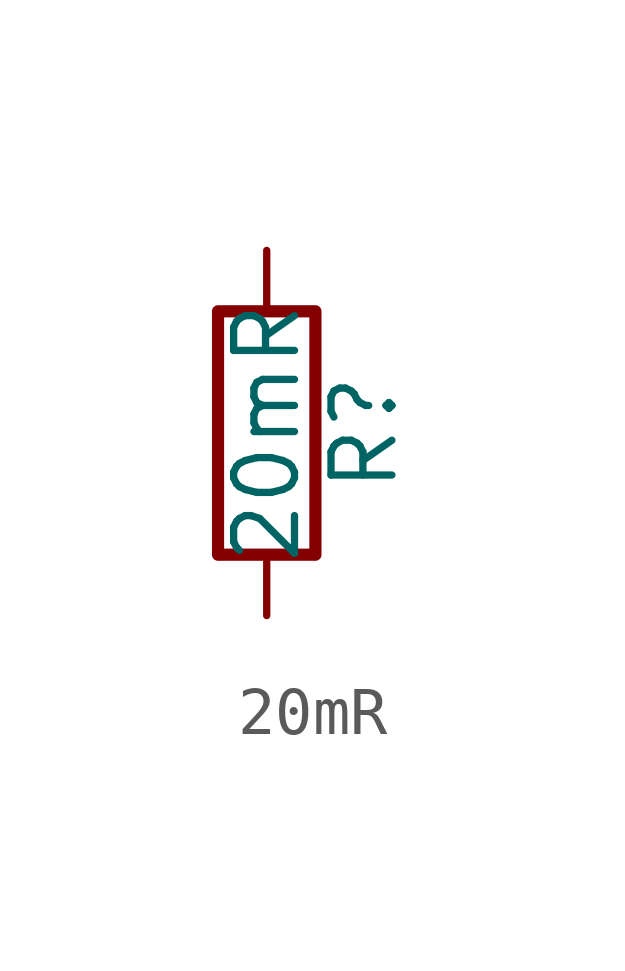
<source format=kicad_sym>
(kicad_symbol_lib
  (version 20220914)
  (generator kicad_db_lib)
  (symbol "20mR"
    (pin_numbers hide)
    (pin_names
      (offset 0))
    (property "Reference" "R"
      (at 2.032 0 90)
      (effects (font (size 1.27 1.27))))
    (property "Value" "20mR"
      (at 0 0 90)
      (effects (font (size 1.27 1.27))))
    (symbol "20mR_0_1"
      (rectangle (start -1.016 -2.54) (end 1.016 2.54) (stroke (width 0.254) (type default)) (fill (type none))))
    (symbol "20mR_1_1"
      (pin passive line (at 0 3.81 270) (length 1.27) (name "~" (effects (font (size 1.27 1.27)))) (number "1" (effects (font (size 1.27 1.27)))))
      (pin passive line (at 0 -3.81 90) (length 1.27) (name "~" (effects (font (size 1.27 1.27)))) (number "2" (effects (font (size 1.27 1.27))))))))
</source>
